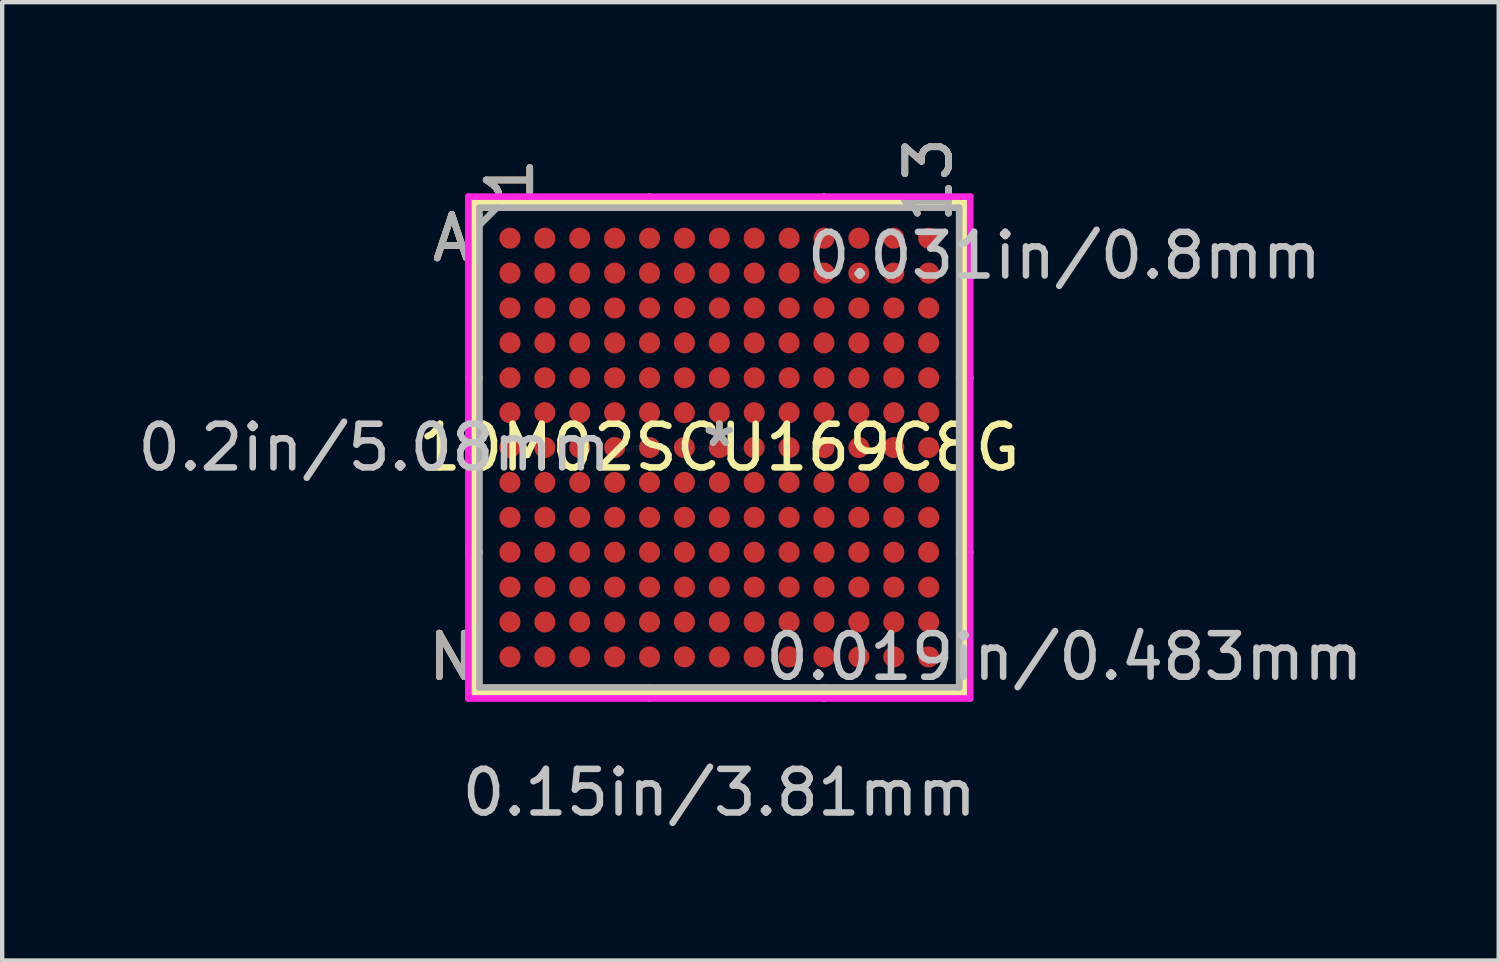
<source format=kicad_pcb>
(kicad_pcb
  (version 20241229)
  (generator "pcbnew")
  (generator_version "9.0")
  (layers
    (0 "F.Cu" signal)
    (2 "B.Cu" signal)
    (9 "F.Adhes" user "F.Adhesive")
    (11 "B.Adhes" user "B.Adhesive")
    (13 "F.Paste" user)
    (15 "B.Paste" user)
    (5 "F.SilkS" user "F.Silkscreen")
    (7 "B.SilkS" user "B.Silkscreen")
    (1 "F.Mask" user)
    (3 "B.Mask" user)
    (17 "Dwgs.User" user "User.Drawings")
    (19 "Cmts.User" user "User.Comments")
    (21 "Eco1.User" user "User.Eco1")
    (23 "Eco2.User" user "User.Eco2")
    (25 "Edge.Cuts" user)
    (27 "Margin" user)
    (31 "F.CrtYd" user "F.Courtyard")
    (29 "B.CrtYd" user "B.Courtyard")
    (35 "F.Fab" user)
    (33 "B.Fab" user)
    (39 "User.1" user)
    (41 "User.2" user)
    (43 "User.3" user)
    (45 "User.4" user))
  (footprint "10M02SCU169C8G"
    (layer "F.Cu")
    (at 13.442 7.211)
    (property "Reference" "10M02SCU169C8G" (at 0 0 0) (layer "F.SilkS") (effects (font (size 1 1) (thickness 0.15))))
    (attr through_hole)
    (fp_line (start -5.626 -5.626) (end -5.626 5.626) (stroke (width 0.152) (type solid)) (layer "F.SilkS"))
    (fp_line (start -5.626 5.626) (end 5.626 5.626) (stroke (width 0.152) (type solid)) (layer "F.SilkS"))
    (fp_line (start -5.499 -1.6) (end -5.753 -1.6) (stroke (width 0.152) (type solid)) (layer "F.SilkS"))
    (fp_line (start -5.499 2.4) (end -5.753 2.4) (stroke (width 0.152) (type solid)) (layer "F.SilkS"))
    (fp_line (start -1.6 -5.499) (end -1.6 -5.753) (stroke (width 0.152) (type solid)) (layer "F.SilkS"))
    (fp_line (start -1.6 5.499) (end -1.6 5.753) (stroke (width 0.152) (type solid)) (layer "F.SilkS"))
    (fp_line (start 2.4 -5.499) (end 2.4 -5.753) (stroke (width 0.152) (type solid)) (layer "F.SilkS"))
    (fp_line (start 2.4 5.499) (end 2.4 5.753) (stroke (width 0.152) (type solid)) (layer "F.SilkS"))
    (fp_line (start 5.499 -1.6) (end 5.753 -1.6) (stroke (width 0.152) (type solid)) (layer "F.SilkS"))
    (fp_line (start 5.499 2.4) (end 5.753 2.4) (stroke (width 0.152) (type solid)) (layer "F.SilkS"))
    (fp_line (start 5.626 -5.626) (end -5.626 -5.626) (stroke (width 0.152) (type solid)) (layer "F.SilkS"))
    (fp_line (start 5.626 5.626) (end 5.626 -5.626) (stroke (width 0.152) (type solid)) (layer "F.SilkS"))
    (fp_line (start -5.753 -5.753) (end 5.753 -5.753) (stroke (width 0.152) (type solid)) (layer "F.CrtYd"))
    (fp_line (start -5.753 5.753) (end -5.753 -5.753) (stroke (width 0.152) (type solid)) (layer "F.CrtYd"))
    (fp_line (start 5.753 -5.753) (end 5.753 5.753) (stroke (width 0.152) (type solid)) (layer "F.CrtYd"))
    (fp_line (start 5.753 5.753) (end -5.753 5.753) (stroke (width 0.152) (type solid)) (layer "F.CrtYd"))
    (fp_line (start -5.499 -5.499) (end -5.499 5.499) (stroke (width 0.152) (type solid)) (layer "F.Fab"))
    (fp_line (start -5.499 5.499) (end 5.499 5.499) (stroke (width 0.152) (type solid)) (layer "F.Fab"))
    (fp_line (start -5.099 -5.499) (end -5.499 -5.099) (stroke (width 0.152) (type solid)) (layer "F.Fab"))
    (fp_line (start 5.499 -5.499) (end -5.499 -5.499) (stroke (width 0.152) (type solid)) (layer "F.Fab"))
    (fp_line (start 5.499 5.499) (end 5.499 -5.499) (stroke (width 0.152) (type solid)) (layer "F.Fab"))
    (fp_text user "*" (at 0 0 0) (layer "F.SilkS") (effects (font (size 1 1) (thickness 0.15))))
    (fp_text user "N" (at -6.134 4.8 0) (layer "F.SilkS") (effects (font (size 1 1) (thickness 0.15))))
    (fp_text user "1" (at -4.8 -6.134 90) (layer "F.SilkS") (effects (font (size 1 1) (thickness 0.15))))
    (fp_text user "A" (at -6.134 -4.8 0) (layer "F.SilkS") (effects (font (size 1 1) (thickness 0.15))))
    (fp_text user "13" (at 4.8 -6.134 90) (layer "F.SilkS") (effects (font (size 1 1) (thickness 0.15))))
    (fp_text user "N" (at -6.134 4.8 0) (layer "B.SilkS") (effects (font (size 1 1) (thickness 0.15))))
    (fp_text user "A" (at -6.134 -4.8 0) (layer "B.SilkS") (effects (font (size 1 1) (thickness 0.15))))
    (fp_text user "1" (at -4.8 -6.134 90) (layer "B.SilkS") (effects (font (size 1 1) (thickness 0.15))))
    (fp_text user "13" (at 4.8 -6.134 90) (layer "B.SilkS") (effects (font (size 1 1) (thickness 0.15))))
    (fp_text user "0.031in/0.8mm" (at 7.912 -4.4 0) (layer "Dwgs.User") (effects (font (size 1 1) (thickness 0.15))))
    (fp_text user "0.15in/3.81mm" (at 0 7.912 0) (layer "Dwgs.User") (effects (font (size 1 1) (thickness 0.15))))
    (fp_text user "0.019in/0.483mm" (at 7.912 4.8 0) (layer "Dwgs.User") (effects (font (size 1 1) (thickness 0.15))))
    (fp_text user "0.2in/5.08mm" (at -7.912 0 0) (layer "Dwgs.User") (effects (font (size 1 1) (thickness 0.15))))
    (fp_text user "Copyright 2016 Accelerated Designs. All rights reserved." (at 0 0 0) (layer "Cmts.User") (effects (font (size 0.127 0.127) (thickness 0.002))))
    (fp_text user "A" (at -6.134 -4.8 0) (layer "F.Fab") (effects (font (size 1 1) (thickness 0.15))))
    (fp_text user "13" (at 4.8 -6.134 90) (layer "F.Fab") (effects (font (size 1 1) (thickness 0.15))))
    (fp_text user "N" (at -6.134 4.8 0) (layer "F.Fab") (effects (font (size 1 1) (thickness 0.15))))
    (fp_text user "1" (at -4.8 -6.134 90) (layer "F.Fab") (effects (font (size 1 1) (thickness 0.15))))
    (fp_text user "*" (at 0 0 0) (layer "F.Fab") (effects (font (size 1 1) (thickness 0.15))))
    (pad "A1" smd circle (at -4.8 -4.8) (size 0.483 0.483) (layers "F.Cu" "F.Mask" "F.Paste"))
    (pad "A2" smd circle (at -4 -4.8) (size 0.483 0.483) (layers "F.Cu" "F.Mask" "F.Paste"))
    (pad "A3" smd circle (at -3.2 -4.8) (size 0.483 0.483) (layers "F.Cu" "F.Mask" "F.Paste"))
    (pad "A4" smd circle (at -2.4 -4.8) (size 0.483 0.483) (layers "F.Cu" "F.Mask" "F.Paste"))
    (pad "A5" smd circle (at -1.6 -4.8) (size 0.483 0.483) (layers "F.Cu" "F.Mask" "F.Paste"))
    (pad "A6" smd circle (at -0.8 -4.8) (size 0.483 0.483) (layers "F.Cu" "F.Mask" "F.Paste"))
    (pad "A7" smd circle (at 0 -4.8) (size 0.483 0.483) (layers "F.Cu" "F.Mask" "F.Paste"))
    (pad "A8" smd circle (at 0.8 -4.8) (size 0.483 0.483) (layers "F.Cu" "F.Mask" "F.Paste"))
    (pad "A9" smd circle (at 1.6 -4.8) (size 0.483 0.483) (layers "F.Cu" "F.Mask" "F.Paste"))
    (pad "A10" smd circle (at 2.4 -4.8) (size 0.483 0.483) (layers "F.Cu" "F.Mask" "F.Paste"))
    (pad "A11" smd circle (at 3.2 -4.8) (size 0.483 0.483) (layers "F.Cu" "F.Mask" "F.Paste"))
    (pad "A12" smd circle (at 4 -4.8) (size 0.483 0.483) (layers "F.Cu" "F.Mask" "F.Paste"))
    (pad "A13" smd circle (at 4.8 -4.8) (size 0.483 0.483) (layers "F.Cu" "F.Mask" "F.Paste"))
    (pad "B1" smd circle (at -4.8 -4) (size 0.483 0.483) (layers "F.Cu" "F.Mask" "F.Paste"))
    (pad "B2" smd circle (at -4 -4) (size 0.483 0.483) (layers "F.Cu" "F.Mask" "F.Paste"))
    (pad "B3" smd circle (at -3.2 -4) (size 0.483 0.483) (layers "F.Cu" "F.Mask" "F.Paste"))
    (pad "B4" smd circle (at -2.4 -4) (size 0.483 0.483) (layers "F.Cu" "F.Mask" "F.Paste"))
    (pad "B5" smd circle (at -1.6 -4) (size 0.483 0.483) (layers "F.Cu" "F.Mask" "F.Paste"))
    (pad "B6" smd circle (at -0.8 -4) (size 0.483 0.483) (layers "F.Cu" "F.Mask" "F.Paste"))
    (pad "B7" smd circle (at 0 -4) (size 0.483 0.483) (layers "F.Cu" "F.Mask" "F.Paste"))
    (pad "B8" smd circle (at 0.8 -4) (size 0.483 0.483) (layers "F.Cu" "F.Mask" "F.Paste"))
    (pad "B9" smd circle (at 1.6 -4) (size 0.483 0.483) (layers "F.Cu" "F.Mask" "F.Paste"))
    (pad "B10" smd circle (at 2.4 -4) (size 0.483 0.483) (layers "F.Cu" "F.Mask" "F.Paste"))
    (pad "B11" smd circle (at 3.2 -4) (size 0.483 0.483) (layers "F.Cu" "F.Mask" "F.Paste"))
    (pad "B12" smd circle (at 4 -4) (size 0.483 0.483) (layers "F.Cu" "F.Mask" "F.Paste"))
    (pad "B13" smd circle (at 4.8 -4) (size 0.483 0.483) (layers "F.Cu" "F.Mask" "F.Paste"))
    (pad "C1" smd circle (at -4.8 -3.2) (size 0.483 0.483) (layers "F.Cu" "F.Mask" "F.Paste"))
    (pad "C2" smd circle (at -4 -3.2) (size 0.483 0.483) (layers "F.Cu" "F.Mask" "F.Paste"))
    (pad "C3" smd circle (at -3.2 -3.2) (size 0.483 0.483) (layers "F.Cu" "F.Mask" "F.Paste"))
    (pad "C4" smd circle (at -2.4 -3.2) (size 0.483 0.483) (layers "F.Cu" "F.Mask" "F.Paste"))
    (pad "C5" smd circle (at -1.6 -3.2) (size 0.483 0.483) (layers "F.Cu" "F.Mask" "F.Paste"))
    (pad "C6" smd circle (at -0.8 -3.2) (size 0.483 0.483) (layers "F.Cu" "F.Mask" "F.Paste"))
    (pad "C7" smd circle (at 0 -3.2) (size 0.483 0.483) (layers "F.Cu" "F.Mask" "F.Paste"))
    (pad "C8" smd circle (at 0.8 -3.2) (size 0.483 0.483) (layers "F.Cu" "F.Mask" "F.Paste"))
    (pad "C9" smd circle (at 1.6 -3.2) (size 0.483 0.483) (layers "F.Cu" "F.Mask" "F.Paste"))
    (pad "C10" smd circle (at 2.4 -3.2) (size 0.483 0.483) (layers "F.Cu" "F.Mask" "F.Paste"))
    (pad "C11" smd circle (at 3.2 -3.2) (size 0.483 0.483) (layers "F.Cu" "F.Mask" "F.Paste"))
    (pad "C12" smd circle (at 4 -3.2) (size 0.483 0.483) (layers "F.Cu" "F.Mask" "F.Paste"))
    (pad "C13" smd circle (at 4.8 -3.2) (size 0.483 0.483) (layers "F.Cu" "F.Mask" "F.Paste"))
    (pad "D1" smd circle (at -4.8 -2.4) (size 0.483 0.483) (layers "F.Cu" "F.Mask" "F.Paste"))
    (pad "D2" smd circle (at -4 -2.4) (size 0.483 0.483) (layers "F.Cu" "F.Mask" "F.Paste"))
    (pad "D3" smd circle (at -3.2 -2.4) (size 0.483 0.483) (layers "F.Cu" "F.Mask" "F.Paste"))
    (pad "D4" smd circle (at -2.4 -2.4) (size 0.483 0.483) (layers "F.Cu" "F.Mask" "F.Paste"))
    (pad "D5" smd circle (at -1.6 -2.4) (size 0.483 0.483) (layers "F.Cu" "F.Mask" "F.Paste"))
    (pad "D6" smd circle (at -0.8 -2.4) (size 0.483 0.483) (layers "F.Cu" "F.Mask" "F.Paste"))
    (pad "D7" smd circle (at 0 -2.4) (size 0.483 0.483) (layers "F.Cu" "F.Mask" "F.Paste"))
    (pad "D8" smd circle (at 0.8 -2.4) (size 0.483 0.483) (layers "F.Cu" "F.Mask" "F.Paste"))
    (pad "D9" smd circle (at 1.6 -2.4) (size 0.483 0.483) (layers "F.Cu" "F.Mask" "F.Paste"))
    (pad "D10" smd circle (at 2.4 -2.4) (size 0.483 0.483) (layers "F.Cu" "F.Mask" "F.Paste"))
    (pad "D11" smd circle (at 3.2 -2.4) (size 0.483 0.483) (layers "F.Cu" "F.Mask" "F.Paste"))
    (pad "D12" smd circle (at 4 -2.4) (size 0.483 0.483) (layers "F.Cu" "F.Mask" "F.Paste"))
    (pad "D13" smd circle (at 4.8 -2.4) (size 0.483 0.483) (layers "F.Cu" "F.Mask" "F.Paste"))
    (pad "E1" smd circle (at -4.8 -1.6) (size 0.483 0.483) (layers "F.Cu" "F.Mask" "F.Paste"))
    (pad "E2" smd circle (at -4 -1.6) (size 0.483 0.483) (layers "F.Cu" "F.Mask" "F.Paste"))
    (pad "E3" smd circle (at -3.2 -1.6) (size 0.483 0.483) (layers "F.Cu" "F.Mask" "F.Paste"))
    (pad "E4" smd circle (at -2.4 -1.6) (size 0.483 0.483) (layers "F.Cu" "F.Mask" "F.Paste"))
    (pad "E5" smd circle (at -1.6 -1.6) (size 0.483 0.483) (layers "F.Cu" "F.Mask" "F.Paste"))
    (pad "E6" smd circle (at -0.8 -1.6) (size 0.483 0.483) (layers "F.Cu" "F.Mask" "F.Paste"))
    (pad "E7" smd circle (at 0 -1.6) (size 0.483 0.483) (layers "F.Cu" "F.Mask" "F.Paste"))
    (pad "E8" smd circle (at 0.8 -1.6) (size 0.483 0.483) (layers "F.Cu" "F.Mask" "F.Paste"))
    (pad "E9" smd circle (at 1.6 -1.6) (size 0.483 0.483) (layers "F.Cu" "F.Mask" "F.Paste"))
    (pad "E10" smd circle (at 2.4 -1.6) (size 0.483 0.483) (layers "F.Cu" "F.Mask" "F.Paste"))
    (pad "E11" smd circle (at 3.2 -1.6) (size 0.483 0.483) (layers "F.Cu" "F.Mask" "F.Paste"))
    (pad "E12" smd circle (at 4 -1.6) (size 0.483 0.483) (layers "F.Cu" "F.Mask" "F.Paste"))
    (pad "E13" smd circle (at 4.8 -1.6) (size 0.483 0.483) (layers "F.Cu" "F.Mask" "F.Paste"))
    (pad "F1" smd circle (at -4.8 -0.8) (size 0.483 0.483) (layers "F.Cu" "F.Mask" "F.Paste"))
    (pad "F2" smd circle (at -4 -0.8) (size 0.483 0.483) (layers "F.Cu" "F.Mask" "F.Paste"))
    (pad "F3" smd circle (at -3.2 -0.8) (size 0.483 0.483) (layers "F.Cu" "F.Mask" "F.Paste"))
    (pad "F4" smd circle (at -2.4 -0.8) (size 0.483 0.483) (layers "F.Cu" "F.Mask" "F.Paste"))
    (pad "F5" smd circle (at -1.6 -0.8) (size 0.483 0.483) (layers "F.Cu" "F.Mask" "F.Paste"))
    (pad "F6" smd circle (at -0.8 -0.8) (size 0.483 0.483) (layers "F.Cu" "F.Mask" "F.Paste"))
    (pad "F7" smd circle (at 0 -0.8) (size 0.483 0.483) (layers "F.Cu" "F.Mask" "F.Paste"))
    (pad "F8" smd circle (at 0.8 -0.8) (size 0.483 0.483) (layers "F.Cu" "F.Mask" "F.Paste"))
    (pad "F9" smd circle (at 1.6 -0.8) (size 0.483 0.483) (layers "F.Cu" "F.Mask" "F.Paste"))
    (pad "F10" smd circle (at 2.4 -0.8) (size 0.483 0.483) (layers "F.Cu" "F.Mask" "F.Paste"))
    (pad "F11" smd circle (at 3.2 -0.8) (size 0.483 0.483) (layers "F.Cu" "F.Mask" "F.Paste"))
    (pad "F12" smd circle (at 4 -0.8) (size 0.483 0.483) (layers "F.Cu" "F.Mask" "F.Paste"))
    (pad "F13" smd circle (at 4.8 -0.8) (size 0.483 0.483) (layers "F.Cu" "F.Mask" "F.Paste"))
    (pad "G1" smd circle (at -4.8 0) (size 0.483 0.483) (layers "F.Cu" "F.Mask" "F.Paste"))
    (pad "G2" smd circle (at -4 0) (size 0.483 0.483) (layers "F.Cu" "F.Mask" "F.Paste"))
    (pad "G3" smd circle (at -3.2 0) (size 0.483 0.483) (layers "F.Cu" "F.Mask" "F.Paste"))
    (pad "G4" smd circle (at -2.4 0) (size 0.483 0.483) (layers "F.Cu" "F.Mask" "F.Paste"))
    (pad "G5" smd circle (at -1.6 0) (size 0.483 0.483) (layers "F.Cu" "F.Mask" "F.Paste"))
    (pad "G6" smd circle (at -0.8 0) (size 0.483 0.483) (layers "F.Cu" "F.Mask" "F.Paste"))
    (pad "G7" smd circle (at 0 0) (size 0.483 0.483) (layers "F.Cu" "F.Mask" "F.Paste"))
    (pad "G8" smd circle (at 0.8 0) (size 0.483 0.483) (layers "F.Cu" "F.Mask" "F.Paste"))
    (pad "G9" smd circle (at 1.6 0) (size 0.483 0.483) (layers "F.Cu" "F.Mask" "F.Paste"))
    (pad "G10" smd circle (at 2.4 0) (size 0.483 0.483) (layers "F.Cu" "F.Mask" "F.Paste"))
    (pad "G11" smd circle (at 3.2 0) (size 0.483 0.483) (layers "F.Cu" "F.Mask" "F.Paste"))
    (pad "G12" smd circle (at 4 0) (size 0.483 0.483) (layers "F.Cu" "F.Mask" "F.Paste"))
    (pad "G13" smd circle (at 4.8 0) (size 0.483 0.483) (layers "F.Cu" "F.Mask" "F.Paste"))
    (pad "H1" smd circle (at -4.8 0.8) (size 0.483 0.483) (layers "F.Cu" "F.Mask" "F.Paste"))
    (pad "H2" smd circle (at -4 0.8) (size 0.483 0.483) (layers "F.Cu" "F.Mask" "F.Paste"))
    (pad "H3" smd circle (at -3.2 0.8) (size 0.483 0.483) (layers "F.Cu" "F.Mask" "F.Paste"))
    (pad "H4" smd circle (at -2.4 0.8) (size 0.483 0.483) (layers "F.Cu" "F.Mask" "F.Paste"))
    (pad "H5" smd circle (at -1.6 0.8) (size 0.483 0.483) (layers "F.Cu" "F.Mask" "F.Paste"))
    (pad "H6" smd circle (at -0.8 0.8) (size 0.483 0.483) (layers "F.Cu" "F.Mask" "F.Paste"))
    (pad "H7" smd circle (at 0 0.8) (size 0.483 0.483) (layers "F.Cu" "F.Mask" "F.Paste"))
    (pad "H8" smd circle (at 0.8 0.8) (size 0.483 0.483) (layers "F.Cu" "F.Mask" "F.Paste"))
    (pad "H9" smd circle (at 1.6 0.8) (size 0.483 0.483) (layers "F.Cu" "F.Mask" "F.Paste"))
    (pad "H10" smd circle (at 2.4 0.8) (size 0.483 0.483) (layers "F.Cu" "F.Mask" "F.Paste"))
    (pad "H11" smd circle (at 3.2 0.8) (size 0.483 0.483) (layers "F.Cu" "F.Mask" "F.Paste"))
    (pad "H12" smd circle (at 4 0.8) (size 0.483 0.483) (layers "F.Cu" "F.Mask" "F.Paste"))
    (pad "H13" smd circle (at 4.8 0.8) (size 0.483 0.483) (layers "F.Cu" "F.Mask" "F.Paste"))
    (pad "J1" smd circle (at -4.8 1.6) (size 0.483 0.483) (layers "F.Cu" "F.Mask" "F.Paste"))
    (pad "J2" smd circle (at -4 1.6) (size 0.483 0.483) (layers "F.Cu" "F.Mask" "F.Paste"))
    (pad "J3" smd circle (at -3.2 1.6) (size 0.483 0.483) (layers "F.Cu" "F.Mask" "F.Paste"))
    (pad "J4" smd circle (at -2.4 1.6) (size 0.483 0.483) (layers "F.Cu" "F.Mask" "F.Paste"))
    (pad "J5" smd circle (at -1.6 1.6) (size 0.483 0.483) (layers "F.Cu" "F.Mask" "F.Paste"))
    (pad "J6" smd circle (at -0.8 1.6) (size 0.483 0.483) (layers "F.Cu" "F.Mask" "F.Paste"))
    (pad "J7" smd circle (at 0 1.6) (size 0.483 0.483) (layers "F.Cu" "F.Mask" "F.Paste"))
    (pad "J8" smd circle (at 0.8 1.6) (size 0.483 0.483) (layers "F.Cu" "F.Mask" "F.Paste"))
    (pad "J9" smd circle (at 1.6 1.6) (size 0.483 0.483) (layers "F.Cu" "F.Mask" "F.Paste"))
    (pad "J10" smd circle (at 2.4 1.6) (size 0.483 0.483) (layers "F.Cu" "F.Mask" "F.Paste"))
    (pad "J11" smd circle (at 3.2 1.6) (size 0.483 0.483) (layers "F.Cu" "F.Mask" "F.Paste"))
    (pad "J12" smd circle (at 4 1.6) (size 0.483 0.483) (layers "F.Cu" "F.Mask" "F.Paste"))
    (pad "J13" smd circle (at 4.8 1.6) (size 0.483 0.483) (layers "F.Cu" "F.Mask" "F.Paste"))
    (pad "K1" smd circle (at -4.8 2.4) (size 0.483 0.483) (layers "F.Cu" "F.Mask" "F.Paste"))
    (pad "K2" smd circle (at -4 2.4) (size 0.483 0.483) (layers "F.Cu" "F.Mask" "F.Paste"))
    (pad "K3" smd circle (at -3.2 2.4) (size 0.483 0.483) (layers "F.Cu" "F.Mask" "F.Paste"))
    (pad "K4" smd circle (at -2.4 2.4) (size 0.483 0.483) (layers "F.Cu" "F.Mask" "F.Paste"))
    (pad "K5" smd circle (at -1.6 2.4) (size 0.483 0.483) (layers "F.Cu" "F.Mask" "F.Paste"))
    (pad "K6" smd circle (at -0.8 2.4) (size 0.483 0.483) (layers "F.Cu" "F.Mask" "F.Paste"))
    (pad "K7" smd circle (at 0 2.4) (size 0.483 0.483) (layers "F.Cu" "F.Mask" "F.Paste"))
    (pad "K8" smd circle (at 0.8 2.4) (size 0.483 0.483) (layers "F.Cu" "F.Mask" "F.Paste"))
    (pad "K9" smd circle (at 1.6 2.4) (size 0.483 0.483) (layers "F.Cu" "F.Mask" "F.Paste"))
    (pad "K10" smd circle (at 2.4 2.4) (size 0.483 0.483) (layers "F.Cu" "F.Mask" "F.Paste"))
    (pad "K11" smd circle (at 3.2 2.4) (size 0.483 0.483) (layers "F.Cu" "F.Mask" "F.Paste"))
    (pad "K12" smd circle (at 4 2.4) (size 0.483 0.483) (layers "F.Cu" "F.Mask" "F.Paste"))
    (pad "K13" smd circle (at 4.8 2.4) (size 0.483 0.483) (layers "F.Cu" "F.Mask" "F.Paste"))
    (pad "L1" smd circle (at -4.8 3.2) (size 0.483 0.483) (layers "F.Cu" "F.Mask" "F.Paste"))
    (pad "L2" smd circle (at -4 3.2) (size 0.483 0.483) (layers "F.Cu" "F.Mask" "F.Paste"))
    (pad "L3" smd circle (at -3.2 3.2) (size 0.483 0.483) (layers "F.Cu" "F.Mask" "F.Paste"))
    (pad "L4" smd circle (at -2.4 3.2) (size 0.483 0.483) (layers "F.Cu" "F.Mask" "F.Paste"))
    (pad "L5" smd circle (at -1.6 3.2) (size 0.483 0.483) (layers "F.Cu" "F.Mask" "F.Paste"))
    (pad "L6" smd circle (at -0.8 3.2) (size 0.483 0.483) (layers "F.Cu" "F.Mask" "F.Paste"))
    (pad "L7" smd circle (at 0 3.2) (size 0.483 0.483) (layers "F.Cu" "F.Mask" "F.Paste"))
    (pad "L8" smd circle (at 0.8 3.2) (size 0.483 0.483) (layers "F.Cu" "F.Mask" "F.Paste"))
    (pad "L9" smd circle (at 1.6 3.2) (size 0.483 0.483) (layers "F.Cu" "F.Mask" "F.Paste"))
    (pad "L10" smd circle (at 2.4 3.2) (size 0.483 0.483) (layers "F.Cu" "F.Mask" "F.Paste"))
    (pad "L11" smd circle (at 3.2 3.2) (size 0.483 0.483) (layers "F.Cu" "F.Mask" "F.Paste"))
    (pad "L12" smd circle (at 4 3.2) (size 0.483 0.483) (layers "F.Cu" "F.Mask" "F.Paste"))
    (pad "L13" smd circle (at 4.8 3.2) (size 0.483 0.483) (layers "F.Cu" "F.Mask" "F.Paste"))
    (pad "M1" smd circle (at -4.8 4) (size 0.483 0.483) (layers "F.Cu" "F.Mask" "F.Paste"))
    (pad "M2" smd circle (at -4 4) (size 0.483 0.483) (layers "F.Cu" "F.Mask" "F.Paste"))
    (pad "M3" smd circle (at -3.2 4) (size 0.483 0.483) (layers "F.Cu" "F.Mask" "F.Paste"))
    (pad "M4" smd circle (at -2.4 4) (size 0.483 0.483) (layers "F.Cu" "F.Mask" "F.Paste"))
    (pad "M5" smd circle (at -1.6 4) (size 0.483 0.483) (layers "F.Cu" "F.Mask" "F.Paste"))
    (pad "M6" smd circle (at -0.8 4) (size 0.483 0.483) (layers "F.Cu" "F.Mask" "F.Paste"))
    (pad "M7" smd circle (at 0 4) (size 0.483 0.483) (layers "F.Cu" "F.Mask" "F.Paste"))
    (pad "M8" smd circle (at 0.8 4) (size 0.483 0.483) (layers "F.Cu" "F.Mask" "F.Paste"))
    (pad "M9" smd circle (at 1.6 4) (size 0.483 0.483) (layers "F.Cu" "F.Mask" "F.Paste"))
    (pad "M10" smd circle (at 2.4 4) (size 0.483 0.483) (layers "F.Cu" "F.Mask" "F.Paste"))
    (pad "M11" smd circle (at 3.2 4) (size 0.483 0.483) (layers "F.Cu" "F.Mask" "F.Paste"))
    (pad "M12" smd circle (at 4 4) (size 0.483 0.483) (layers "F.Cu" "F.Mask" "F.Paste"))
    (pad "M13" smd circle (at 4.8 4) (size 0.483 0.483) (layers "F.Cu" "F.Mask" "F.Paste"))
    (pad "N1" smd circle (at -4.8 4.8) (size 0.483 0.483) (layers "F.Cu" "F.Mask" "F.Paste"))
    (pad "N2" smd circle (at -4 4.8) (size 0.483 0.483) (layers "F.Cu" "F.Mask" "F.Paste"))
    (pad "N3" smd circle (at -3.2 4.8) (size 0.483 0.483) (layers "F.Cu" "F.Mask" "F.Paste"))
    (pad "N4" smd circle (at -2.4 4.8) (size 0.483 0.483) (layers "F.Cu" "F.Mask" "F.Paste"))
    (pad "N5" smd circle (at -1.6 4.8) (size 0.483 0.483) (layers "F.Cu" "F.Mask" "F.Paste"))
    (pad "N6" smd circle (at -0.8 4.8) (size 0.483 0.483) (layers "F.Cu" "F.Mask" "F.Paste"))
    (pad "N7" smd circle (at 0 4.8) (size 0.483 0.483) (layers "F.Cu" "F.Mask" "F.Paste"))
    (pad "N8" smd circle (at 0.8 4.8) (size 0.483 0.483) (layers "F.Cu" "F.Mask" "F.Paste"))
    (pad "N9" smd circle (at 1.6 4.8) (size 0.483 0.483) (layers "F.Cu" "F.Mask" "F.Paste"))
    (pad "N10" smd circle (at 2.4 4.8) (size 0.483 0.483) (layers "F.Cu" "F.Mask" "F.Paste"))
    (pad "N11" smd circle (at 3.2 4.8) (size 0.483 0.483) (layers "F.Cu" "F.Mask" "F.Paste"))
    (pad "N12" smd circle (at 4 4.8) (size 0.483 0.483) (layers "F.Cu" "F.Mask" "F.Paste"))
    (pad "N13" smd circle (at 4.8 4.8) (size 0.483 0.483) (layers "F.Cu" "F.Mask" "F.Paste")))
  (gr_rect
    (start -3 -3)
    (end 31.312 18.972)
    (stroke (width 0.1) (type default))
    (fill no)
    (layer "Edge.Cuts")))
</source>
